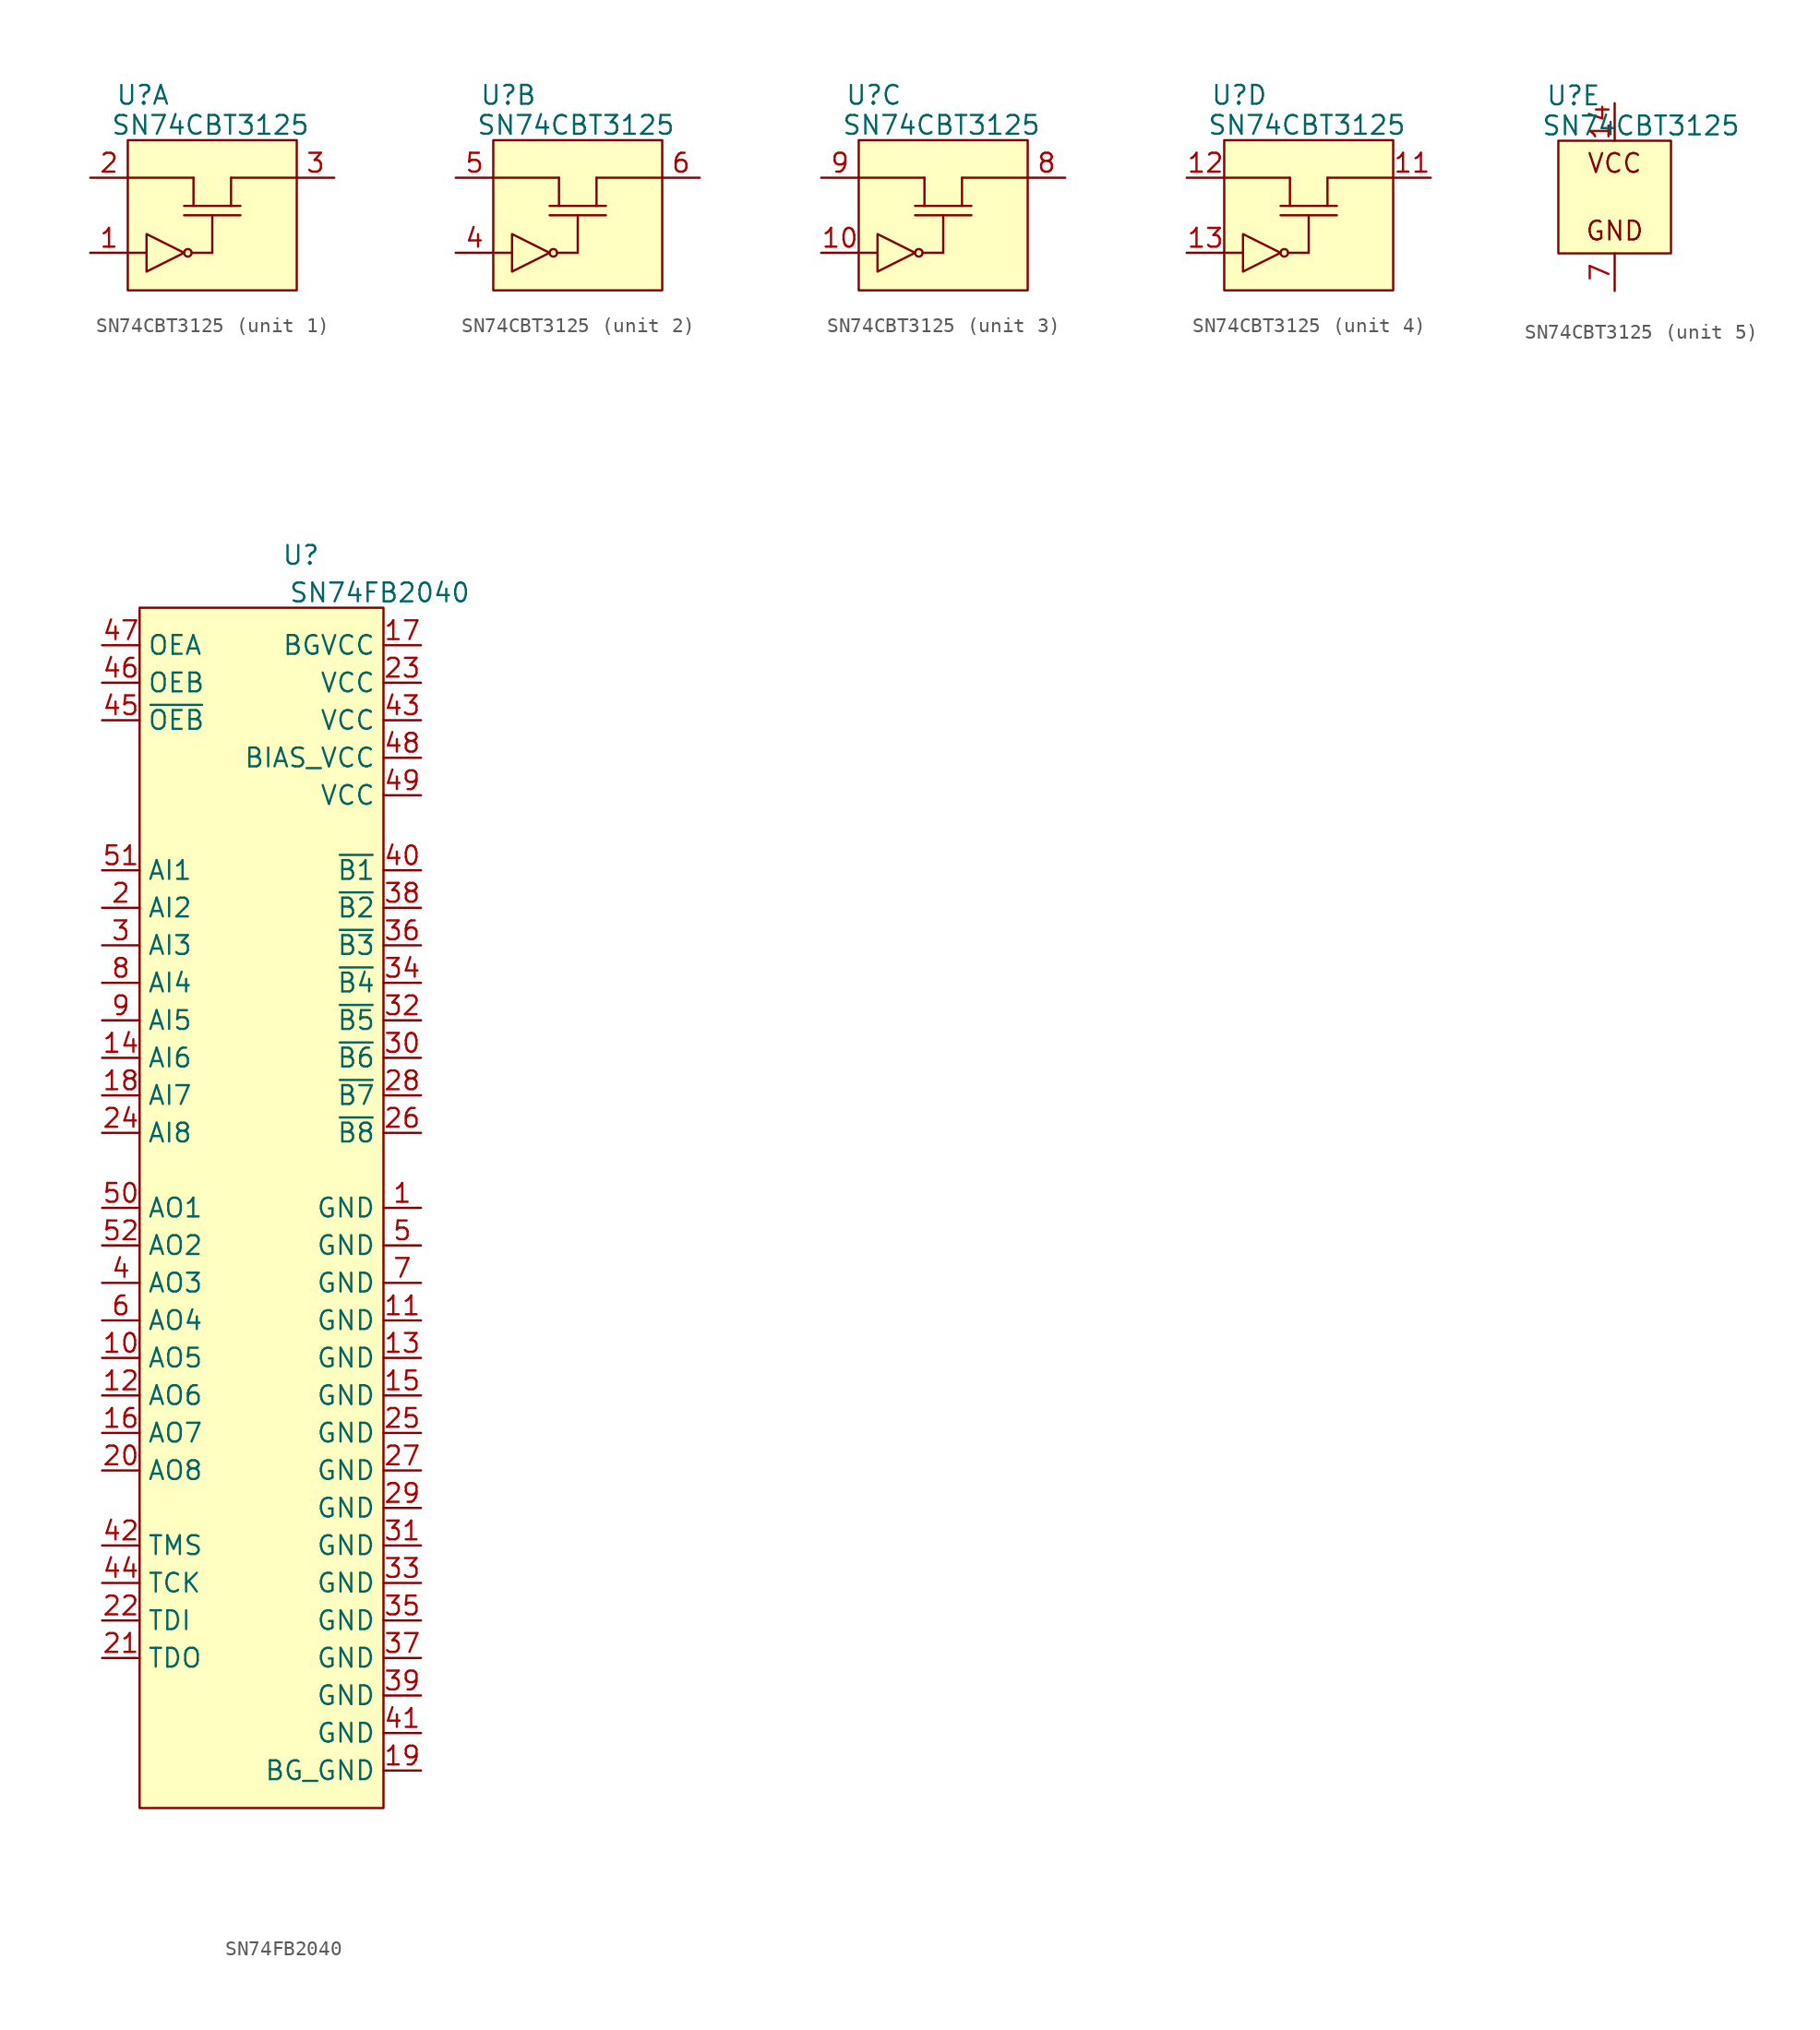
<source format=kicad_sym>
(kicad_symbol_lib
  (version 20241209)
  (generator "kicad_symbol_editor")
  (generator_version "9.0")
  (symbol "SN74CBT3125"
    (pin_names
      (hide yes))
    (property "Reference" "U"
      (at 1.016 3.048 0)
      (effects (font (size 1.27 1.27))))
    (property "Value" "SN74CBT3125"
      (at 5.588 1.016 0)
      (effects (font (size 1.27 1.27))))
    (property "ki_locked" ""
      (at 0 0 0)
      (effects (font (size 1.27 1.27))))
    (symbol "SN74CBT3125_1_1"
      (rectangle (start 0 0) (end 11.43 -10.16) (stroke (width 0) (type solid)) (fill (type background)))
      (polyline (pts (xy 0 -2.54) (xy 4.445 -2.54)) (stroke (width 0) (type default)) (fill (type none)))
      (polyline (pts (xy 0 -7.62) (xy 1.27 -7.62)) (stroke (width 0) (type default)) (fill (type none)))
      (polyline (pts (xy 1.27 -6.35) (xy 1.27 -8.89) (xy 3.81 -7.62) (xy 1.27 -6.35)) (stroke (width 0) (type solid)) (fill (type none)))
      (polyline (pts (xy 3.81 -4.445) (xy 7.62 -4.445)) (stroke (width 0) (type default)) (fill (type none)))
      (polyline (pts (xy 3.81 -5.08) (xy 7.62 -5.08)) (stroke (width 0) (type default)) (fill (type none)))
      (circle (center 4.064 -7.62) (radius 0.254) (stroke (width 0) (type default)) (fill (type none)))
      (polyline (pts (xy 4.318 -7.62) (xy 5.715 -7.62)) (stroke (width 0) (type default)) (fill (type none)))
      (polyline (pts (xy 4.445 -2.54) (xy 4.445 -4.445)) (stroke (width 0) (type default)) (fill (type none)))
      (polyline (pts (xy 5.715 -5.08) (xy 5.715 -7.62)) (stroke (width 0) (type default)) (fill (type none)))
      (polyline (pts (xy 6.985 -2.54) (xy 6.985 -4.445)) (stroke (width 0) (type default)) (fill (type none)))
      (polyline (pts (xy 11.43 -2.54) (xy 6.985 -2.54)) (stroke (width 0) (type default)) (fill (type none)))
      (pin passive line (at -2.54 -2.54 0) (length 2.54) (name "1A" (effects (font (size 1.27 1.27)))) (number "2" (effects (font (size 1.27 1.27)))))
      (pin input line (at -2.54 -7.62 0) (length 2.54) (name "1~{OE}" (effects (font (size 1.27 1.27)))) (number "1" (effects (font (size 1.27 1.27)))))
      (pin passive line (at 13.97 -2.54 180) (length 2.54) (name "1B" (effects (font (size 1.27 1.27)))) (number "3" (effects (font (size 1.27 1.27))))))
    (symbol "SN74CBT3125_2_1"
      (rectangle (start 0 0) (end 11.43 -10.16) (stroke (width 0) (type solid)) (fill (type background)))
      (polyline (pts (xy 0 -2.54) (xy 4.445 -2.54)) (stroke (width 0) (type default)) (fill (type none)))
      (polyline (pts (xy 0 -7.62) (xy 1.27 -7.62)) (stroke (width 0) (type default)) (fill (type none)))
      (polyline (pts (xy 1.27 -6.35) (xy 1.27 -8.89) (xy 3.81 -7.62) (xy 1.27 -6.35)) (stroke (width 0) (type solid)) (fill (type none)))
      (polyline (pts (xy 3.81 -4.445) (xy 7.62 -4.445)) (stroke (width 0) (type default)) (fill (type none)))
      (polyline (pts (xy 3.81 -5.08) (xy 7.62 -5.08)) (stroke (width 0) (type default)) (fill (type none)))
      (circle (center 4.064 -7.62) (radius 0.254) (stroke (width 0) (type default)) (fill (type none)))
      (polyline (pts (xy 4.318 -7.62) (xy 5.715 -7.62)) (stroke (width 0) (type default)) (fill (type none)))
      (polyline (pts (xy 4.445 -2.54) (xy 4.445 -4.445)) (stroke (width 0) (type default)) (fill (type none)))
      (polyline (pts (xy 5.715 -5.08) (xy 5.715 -7.62)) (stroke (width 0) (type default)) (fill (type none)))
      (polyline (pts (xy 6.985 -2.54) (xy 6.985 -4.445)) (stroke (width 0) (type default)) (fill (type none)))
      (polyline (pts (xy 11.43 -2.54) (xy 6.985 -2.54)) (stroke (width 0) (type default)) (fill (type none)))
      (pin passive line (at -2.54 -2.54 0) (length 2.54) (name "2A" (effects (font (size 1.27 1.27)))) (number "5" (effects (font (size 1.27 1.27)))))
      (pin input line (at -2.54 -7.62 0) (length 2.54) (name "2~{OE}" (effects (font (size 1.27 1.27)))) (number "4" (effects (font (size 1.27 1.27)))))
      (pin passive line (at 13.97 -2.54 180) (length 2.54) (name "2B" (effects (font (size 1.27 1.27)))) (number "6" (effects (font (size 1.27 1.27))))))
    (symbol "SN74CBT3125_3_1"
      (rectangle (start 0 0) (end 11.43 -10.16) (stroke (width 0) (type solid)) (fill (type background)))
      (polyline (pts (xy 0 -2.54) (xy 4.445 -2.54)) (stroke (width 0) (type default)) (fill (type none)))
      (polyline (pts (xy 0 -7.62) (xy 1.27 -7.62)) (stroke (width 0) (type default)) (fill (type none)))
      (polyline (pts (xy 1.27 -6.35) (xy 1.27 -8.89) (xy 3.81 -7.62) (xy 1.27 -6.35)) (stroke (width 0) (type solid)) (fill (type none)))
      (polyline (pts (xy 3.81 -4.445) (xy 7.62 -4.445)) (stroke (width 0) (type default)) (fill (type none)))
      (polyline (pts (xy 3.81 -5.08) (xy 7.62 -5.08)) (stroke (width 0) (type default)) (fill (type none)))
      (circle (center 4.064 -7.62) (radius 0.254) (stroke (width 0) (type default)) (fill (type none)))
      (polyline (pts (xy 4.318 -7.62) (xy 5.715 -7.62)) (stroke (width 0) (type default)) (fill (type none)))
      (polyline (pts (xy 4.445 -2.54) (xy 4.445 -4.445)) (stroke (width 0) (type default)) (fill (type none)))
      (polyline (pts (xy 5.715 -5.08) (xy 5.715 -7.62)) (stroke (width 0) (type default)) (fill (type none)))
      (polyline (pts (xy 6.985 -2.54) (xy 6.985 -4.445)) (stroke (width 0) (type default)) (fill (type none)))
      (polyline (pts (xy 11.43 -2.54) (xy 6.985 -2.54)) (stroke (width 0) (type default)) (fill (type none)))
      (pin passive line (at -2.54 -2.54 0) (length 2.54) (name "3A" (effects (font (size 1.27 1.27)))) (number "9" (effects (font (size 1.27 1.27)))))
      (pin input line (at -2.54 -7.62 0) (length 2.54) (name "3~{OE}" (effects (font (size 1.27 1.27)))) (number "10" (effects (font (size 1.27 1.27)))))
      (pin passive line (at 13.97 -2.54 180) (length 2.54) (name "3B" (effects (font (size 1.27 1.27)))) (number "8" (effects (font (size 1.27 1.27))))))
    (symbol "SN74CBT3125_4_1"
      (rectangle (start 0 0) (end 11.43 -10.16) (stroke (width 0) (type solid)) (fill (type background)))
      (polyline (pts (xy 0 -2.54) (xy 4.445 -2.54)) (stroke (width 0) (type default)) (fill (type none)))
      (polyline (pts (xy 0 -7.62) (xy 1.27 -7.62)) (stroke (width 0) (type default)) (fill (type none)))
      (polyline (pts (xy 1.27 -6.35) (xy 1.27 -8.89) (xy 3.81 -7.62) (xy 1.27 -6.35)) (stroke (width 0) (type solid)) (fill (type none)))
      (polyline (pts (xy 3.81 -4.445) (xy 7.62 -4.445)) (stroke (width 0) (type default)) (fill (type none)))
      (polyline (pts (xy 3.81 -5.08) (xy 7.62 -5.08)) (stroke (width 0) (type default)) (fill (type none)))
      (circle (center 4.064 -7.62) (radius 0.254) (stroke (width 0) (type default)) (fill (type none)))
      (polyline (pts (xy 4.318 -7.62) (xy 5.715 -7.62)) (stroke (width 0) (type default)) (fill (type none)))
      (polyline (pts (xy 4.445 -2.54) (xy 4.445 -4.445)) (stroke (width 0) (type default)) (fill (type none)))
      (polyline (pts (xy 5.715 -5.08) (xy 5.715 -7.62)) (stroke (width 0) (type default)) (fill (type none)))
      (polyline (pts (xy 6.985 -2.54) (xy 6.985 -4.445)) (stroke (width 0) (type default)) (fill (type none)))
      (polyline (pts (xy 11.43 -2.54) (xy 6.985 -2.54)) (stroke (width 0) (type default)) (fill (type none)))
      (pin passive line (at -2.54 -2.54 0) (length 2.54) (name "4A" (effects (font (size 1.27 1.27)))) (number "12" (effects (font (size 1.27 1.27)))))
      (pin input line (at -2.54 -7.62 0) (length 2.54) (name "4~{OE}" (effects (font (size 1.27 1.27)))) (number "13" (effects (font (size 1.27 1.27)))))
      (pin passive line (at 13.97 -2.54 180) (length 2.54) (name "4B" (effects (font (size 1.27 1.27)))) (number "11" (effects (font (size 1.27 1.27))))))
    (symbol "SN74CBT3125_5_1"
      (rectangle (start 0 0) (end 7.62 -7.62) (stroke (width 0) (type solid)) (fill (type background)))
      (text "VCC" (at 3.81 -1.524 0) (effects (font (size 1.27 1.27))))
      (text "GND" (at 3.81 -6.096 0) (effects (font (size 1.27 1.27))))
      (pin power_in line (at 3.81 2.54 270) (length 2.54) (name "VCC" (effects (font (size 1.27 1.27)))) (number "14" (effects (font (size 1.27 1.27)))))
      (pin power_in line (at 3.81 -10.16 90) (length 2.54) (name "GND" (effects (font (size 1.27 1.27)))) (number "7" (effects (font (size 1.27 1.27)))))))
  (symbol "SN74FB2040"
    (property "Reference" "U"
      (at 10.922 3.556 0)
      (effects (font (size 1.27 1.27))))
    (property "Value" "SN74FB2040"
      (at 16.256 1.016 0)
      (effects (font (size 1.27 1.27))))
    (symbol "SN74FB2040_0_0"
      (pin input line (at -2.54 -2.54 0) (length 2.54) (name "OEA" (effects (font (size 1.27 1.27)))) (number "47" (effects (font (size 1.27 1.27)))))
      (pin input line (at -2.54 -5.08 0) (length 2.54) (name "OEB" (effects (font (size 1.27 1.27)))) (number "46" (effects (font (size 1.27 1.27)))))
      (pin input line (at -2.54 -7.62 0) (length 2.54) (name "~{OEB}" (effects (font (size 1.27 1.27)))) (number "45" (effects (font (size 1.27 1.27)))))
      (pin input line (at -2.54 -17.78 0) (length 2.54) (name "AI1" (effects (font (size 1.27 1.27)))) (number "51" (effects (font (size 1.27 1.27)))))
      (pin input line (at -2.54 -20.32 0) (length 2.54) (name "AI2" (effects (font (size 1.27 1.27)))) (number "2" (effects (font (size 1.27 1.27)))))
      (pin input line (at -2.54 -22.86 0) (length 2.54) (name "AI3" (effects (font (size 1.27 1.27)))) (number "3" (effects (font (size 1.27 1.27)))))
      (pin input line (at -2.54 -25.4 0) (length 2.54) (name "AI4" (effects (font (size 1.27 1.27)))) (number "8" (effects (font (size 1.27 1.27)))))
      (pin input line (at -2.54 -27.94 0) (length 2.54) (name "AI5" (effects (font (size 1.27 1.27)))) (number "9" (effects (font (size 1.27 1.27)))))
      (pin input line (at -2.54 -30.48 0) (length 2.54) (name "AI6" (effects (font (size 1.27 1.27)))) (number "14" (effects (font (size 1.27 1.27)))))
      (pin input line (at -2.54 -33.02 0) (length 2.54) (name "AI7" (effects (font (size 1.27 1.27)))) (number "18" (effects (font (size 1.27 1.27)))))
      (pin input line (at -2.54 -35.56 0) (length 2.54) (name "AI8" (effects (font (size 1.27 1.27)))) (number "24" (effects (font (size 1.27 1.27)))))
      (pin tri_state line (at -2.54 -40.64 0) (length 2.54) (name "AO1" (effects (font (size 1.27 1.27)))) (number "50" (effects (font (size 1.27 1.27)))))
      (pin tri_state line (at -2.54 -43.18 0) (length 2.54) (name "AO2" (effects (font (size 1.27 1.27)))) (number "52" (effects (font (size 1.27 1.27)))))
      (pin tri_state line (at -2.54 -45.72 0) (length 2.54) (name "AO3" (effects (font (size 1.27 1.27)))) (number "4" (effects (font (size 1.27 1.27)))))
      (pin tri_state line (at -2.54 -48.26 0) (length 2.54) (name "AO4" (effects (font (size 1.27 1.27)))) (number "6" (effects (font (size 1.27 1.27)))))
      (pin tri_state line (at -2.54 -50.8 0) (length 2.54) (name "AO5" (effects (font (size 1.27 1.27)))) (number "10" (effects (font (size 1.27 1.27)))))
      (pin tri_state line (at -2.54 -53.34 0) (length 2.54) (name "AO6" (effects (font (size 1.27 1.27)))) (number "12" (effects (font (size 1.27 1.27)))))
      (pin tri_state line (at -2.54 -55.88 0) (length 2.54) (name "AO7" (effects (font (size 1.27 1.27)))) (number "16" (effects (font (size 1.27 1.27)))))
      (pin tri_state line (at -2.54 -58.42 0) (length 2.54) (name "AO8" (effects (font (size 1.27 1.27)))) (number "20" (effects (font (size 1.27 1.27)))))
      (pin input line (at -2.54 -63.5 0) (length 2.54) (name "TMS" (effects (font (size 1.27 1.27)))) (number "42" (effects (font (size 1.27 1.27)))))
      (pin input line (at -2.54 -66.04 0) (length 2.54) (name "TCK" (effects (font (size 1.27 1.27)))) (number "44" (effects (font (size 1.27 1.27)))))
      (pin input line (at -2.54 -68.58 0) (length 2.54) (name "TDI" (effects (font (size 1.27 1.27)))) (number "22" (effects (font (size 1.27 1.27)))))
      (pin output line (at -2.54 -71.12 0) (length 2.54) (name "TDO" (effects (font (size 1.27 1.27)))) (number "21" (effects (font (size 1.27 1.27)))))
      (pin power_in line (at 19.05 -2.54 180) (length 2.54) (name "BGVCC" (effects (font (size 1.27 1.27)))) (number "17" (effects (font (size 1.27 1.27)))))
      (pin power_in line (at 19.05 -5.08 180) (length 2.54) (name "VCC" (effects (font (size 1.27 1.27)))) (number "23" (effects (font (size 1.27 1.27)))))
      (pin power_in line (at 19.05 -7.62 180) (length 2.54) (name "VCC" (effects (font (size 1.27 1.27)))) (number "43" (effects (font (size 1.27 1.27)))))
      (pin power_in line (at 19.05 -10.16 180) (length 2.54) (name "BIAS_VCC" (effects (font (size 1.27 1.27)))) (number "48" (effects (font (size 1.27 1.27)))))
      (pin power_in line (at 19.05 -12.7 180) (length 2.54) (name "VCC" (effects (font (size 1.27 1.27)))) (number "49" (effects (font (size 1.27 1.27)))))
      (pin bidirectional line (at 19.05 -17.78 180) (length 2.54) (name "~{B1}" (effects (font (size 1.27 1.27)))) (number "40" (effects (font (size 1.27 1.27)))))
      (pin bidirectional line (at 19.05 -20.32 180) (length 2.54) (name "~{B2}" (effects (font (size 1.27 1.27)))) (number "38" (effects (font (size 1.27 1.27)))))
      (pin bidirectional line (at 19.05 -22.86 180) (length 2.54) (name "~{B3}" (effects (font (size 1.27 1.27)))) (number "36" (effects (font (size 1.27 1.27)))))
      (pin bidirectional line (at 19.05 -25.4 180) (length 2.54) (name "~{B4}" (effects (font (size 1.27 1.27)))) (number "34" (effects (font (size 1.27 1.27)))))
      (pin bidirectional line (at 19.05 -27.94 180) (length 2.54) (name "~{B5}" (effects (font (size 1.27 1.27)))) (number "32" (effects (font (size 1.27 1.27)))))
      (pin bidirectional line (at 19.05 -30.48 180) (length 2.54) (name "~{B6}" (effects (font (size 1.27 1.27)))) (number "30" (effects (font (size 1.27 1.27)))))
      (pin bidirectional line (at 19.05 -33.02 180) (length 2.54) (name "~{B7}" (effects (font (size 1.27 1.27)))) (number "28" (effects (font (size 1.27 1.27)))))
      (pin bidirectional line (at 19.05 -35.56 180) (length 2.54) (name "~{B8}" (effects (font (size 1.27 1.27)))) (number "26" (effects (font (size 1.27 1.27)))))
      (pin power_in line (at 19.05 -40.64 180) (length 2.54) (name "GND" (effects (font (size 1.27 1.27)))) (number "1" (effects (font (size 1.27 1.27)))))
      (pin power_in line (at 19.05 -43.18 180) (length 2.54) (name "GND" (effects (font (size 1.27 1.27)))) (number "5" (effects (font (size 1.27 1.27)))))
      (pin power_in line (at 19.05 -45.72 180) (length 2.54) (name "GND" (effects (font (size 1.27 1.27)))) (number "7" (effects (font (size 1.27 1.27)))))
      (pin power_in line (at 19.05 -48.26 180) (length 2.54) (name "GND" (effects (font (size 1.27 1.27)))) (number "11" (effects (font (size 1.27 1.27)))))
      (pin power_in line (at 19.05 -50.8 180) (length 2.54) (name "GND" (effects (font (size 1.27 1.27)))) (number "13" (effects (font (size 1.27 1.27)))))
      (pin power_in line (at 19.05 -53.34 180) (length 2.54) (name "GND" (effects (font (size 1.27 1.27)))) (number "15" (effects (font (size 1.27 1.27)))))
      (pin power_in line (at 19.05 -55.88 180) (length 2.54) (name "GND" (effects (font (size 1.27 1.27)))) (number "25" (effects (font (size 1.27 1.27)))))
      (pin power_in line (at 19.05 -58.42 180) (length 2.54) (name "GND" (effects (font (size 1.27 1.27)))) (number "27" (effects (font (size 1.27 1.27)))))
      (pin power_in line (at 19.05 -60.96 180) (length 2.54) (name "GND" (effects (font (size 1.27 1.27)))) (number "29" (effects (font (size 1.27 1.27)))))
      (pin power_in line (at 19.05 -63.5 180) (length 2.54) (name "GND" (effects (font (size 1.27 1.27)))) (number "31" (effects (font (size 1.27 1.27)))))
      (pin power_in line (at 19.05 -66.04 180) (length 2.54) (name "GND" (effects (font (size 1.27 1.27)))) (number "33" (effects (font (size 1.27 1.27)))))
      (pin power_in line (at 19.05 -68.58 180) (length 2.54) (name "GND" (effects (font (size 1.27 1.27)))) (number "35" (effects (font (size 1.27 1.27)))))
      (pin power_in line (at 19.05 -71.12 180) (length 2.54) (name "GND" (effects (font (size 1.27 1.27)))) (number "37" (effects (font (size 1.27 1.27)))))
      (pin power_in line (at 19.05 -73.66 180) (length 2.54) (name "GND" (effects (font (size 1.27 1.27)))) (number "39" (effects (font (size 1.27 1.27)))))
      (pin power_in line (at 19.05 -76.2 180) (length 2.54) (name "GND" (effects (font (size 1.27 1.27)))) (number "41" (effects (font (size 1.27 1.27)))))
      (pin power_in line (at 19.05 -78.74 180) (length 2.54) (name "BG_GND" (effects (font (size 1.27 1.27)))) (number "19" (effects (font (size 1.27 1.27))))))
    (symbol "SN74FB2040_1_1"
      (rectangle (start 0 0) (end 16.51 -81.28) (stroke (width 0) (type solid)) (fill (type background))))))
</source>
